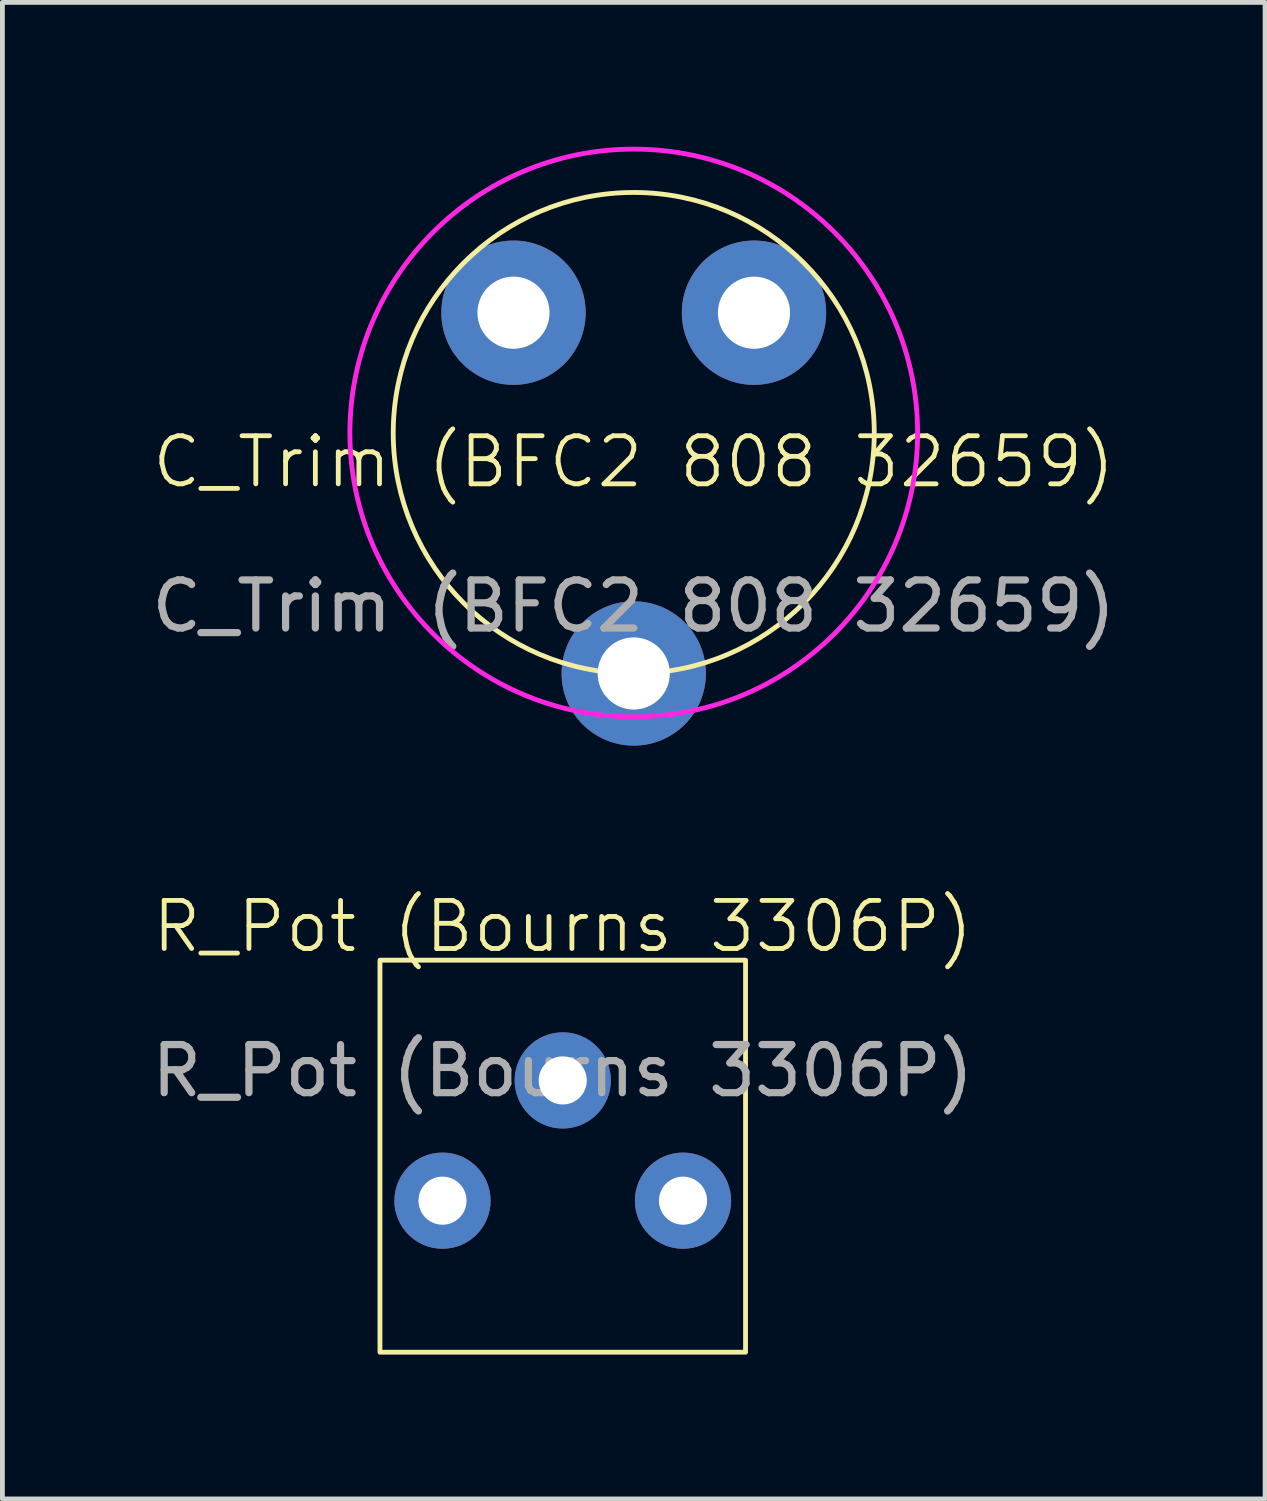
<source format=kicad_pcb>
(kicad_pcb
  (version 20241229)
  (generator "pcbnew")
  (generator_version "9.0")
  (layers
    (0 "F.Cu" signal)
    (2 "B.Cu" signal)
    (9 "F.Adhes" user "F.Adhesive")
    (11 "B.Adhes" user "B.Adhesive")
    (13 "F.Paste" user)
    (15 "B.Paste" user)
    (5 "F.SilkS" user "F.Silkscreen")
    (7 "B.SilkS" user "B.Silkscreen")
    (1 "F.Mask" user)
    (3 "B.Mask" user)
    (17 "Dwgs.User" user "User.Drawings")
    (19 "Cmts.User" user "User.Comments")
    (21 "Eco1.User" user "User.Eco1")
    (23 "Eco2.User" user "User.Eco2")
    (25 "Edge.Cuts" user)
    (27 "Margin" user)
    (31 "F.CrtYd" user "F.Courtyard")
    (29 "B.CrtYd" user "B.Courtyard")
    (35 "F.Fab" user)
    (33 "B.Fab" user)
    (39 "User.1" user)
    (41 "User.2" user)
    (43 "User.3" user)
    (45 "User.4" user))
  (footprint "R_Pot (Bourns 3306P)"
    (layer "F.Cu")
    (at 8.649 16.711)
    (property "Reference" "R_Pot (Bourns 3306P)" (at 0 -0.5 0) (unlocked yes) (layer "F.SilkS") (effects (font (size 1 1) (thickness 0.1))))
    (attr through_hole)
    (fp_rect (start -3.8 0.2) (end 3.8 8.35) (stroke (width 0.1) (type default)) (fill no) (layer "F.SilkS"))
    (fp_text user "${REFERENCE}" (at 0 2.5 0) (unlocked yes) (layer "F.Fab") (effects (font (size 1 1) (thickness 0.15))))
    (pad "1" thru_hole circle (at -2.5 5.2) (size 2 2) (drill 1) (layers "*.Cu" "*.Mask"))
    (pad "2" thru_hole circle (at 0 2.7) (size 2 2) (drill 1) (layers "*.Cu" "*.Mask"))
    (pad "3" thru_hole circle (at 2.5 5.2) (size 2 2) (drill 1) (layers "*.Cu" "*.Mask")))
  (footprint "C_Trim (BFC2 808 32659)"
    (layer "F.Cu")
    (at 10.125 7.051)
    (property "Reference" "C_Trim (BFC2 808 32659)" (at 0 -0.5 0) (unlocked yes) (layer "F.SilkS") (effects (font (size 1 1) (thickness 0.1))))
    (attr through_hole)
    (fp_circle (center 0 -1.1) (end 5 -1.1) (stroke (width 0.1) (type default)) (fill no) (layer "F.SilkS"))
    (fp_circle (center 0 -1.1) (end 5.901 -1.1) (stroke (width 0.1) (type default)) (fill no) (layer "F.CrtYd"))
    (fp_text user "${REFERENCE}" (at 0 2.5 0) (unlocked yes) (layer "F.Fab") (effects (font (size 1 1) (thickness 0.15))))
    (pad "1" thru_hole circle (at -2.5 -3.6) (size 3 3) (drill 1.5) (layers "*.Cu" "*.Mask"))
    (pad "2" thru_hole circle (at 0 3.9) (size 3 3) (drill 1.5) (layers "*.Cu" "*.Mask"))
    (pad "3" thru_hole circle (at 2.5 -3.6) (size 3 3) (drill 1.5) (layers "*.Cu" "*.Mask")))
  (gr_rect
    (start -3 -3)
    (end 23.25 28.111)
    (stroke (width 0.1) (type default))
    (fill no)
    (layer "Edge.Cuts")))
</source>
